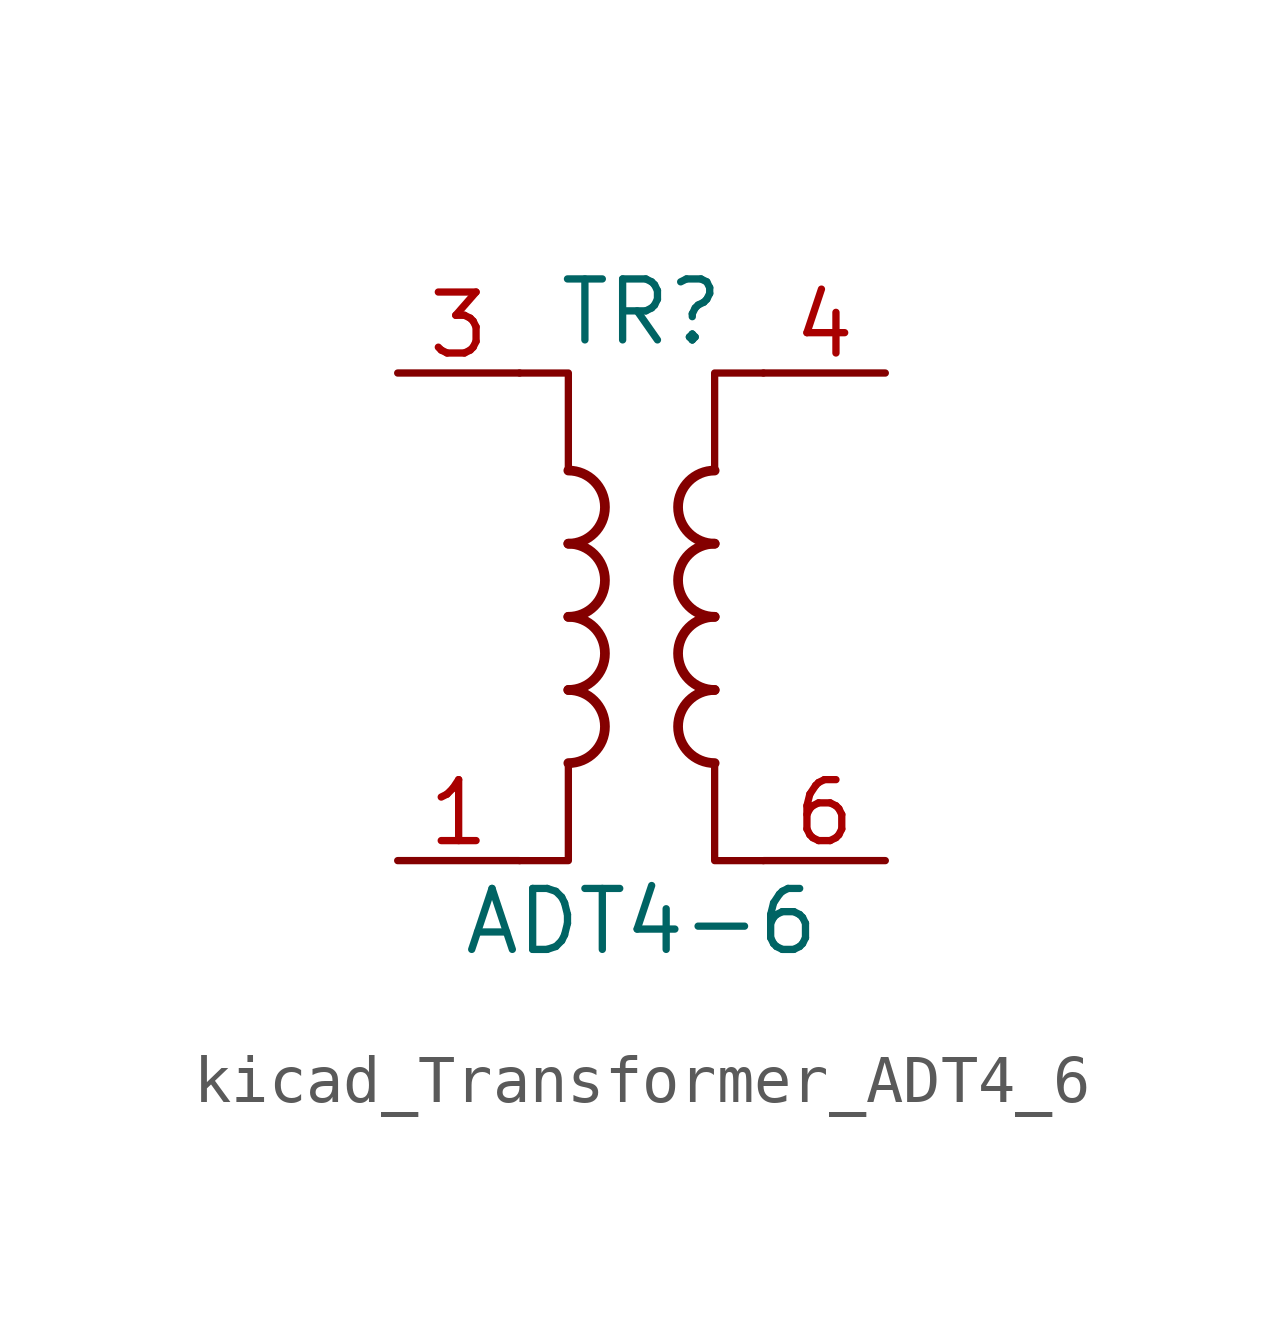
<source format=kicad_sym>
(kicad_symbol_lib
  (version 20220914)
  (generator kicad_symbol_editor)
  (symbol "kicad_Transformer_ADT4_6"
    (pin_names hide)
    (property "Reference" "TR"
      (at 0 6.35 0)
      (effects (font (size 1.27 1.27))))
    (property "Value" "ADT4-6"
      (at 0 -6.35 0)
      (effects (font (size 1.27 1.27))))
    (symbol "kicad_Transformer_ADT4_6_0_1"
      (arc (start -1.524 -3.048) (mid -0.7653 -2.286) (end -1.524 -1.524) (stroke (width 0.2032) (type default)) (fill (type none)))
      (arc (start -1.524 -1.524) (mid -0.7653 -0.762) (end -1.524 0) (stroke (width 0.2032) (type default)) (fill (type none)))
      (arc (start -1.524 0) (mid -0.7653 0.762) (end -1.524 1.524) (stroke (width 0.2032) (type default)) (fill (type none)))
      (arc (start -1.524 1.524) (mid -0.7653 2.286) (end -1.524 3.048) (stroke (width 0.2032) (type default)) (fill (type none)))
      (polyline (pts (xy -2.54 5.08) (xy -1.524 5.08) (xy -1.524 3.048)) (stroke (width 0.152) (type default)) (fill (type none)))
      (polyline (pts (xy -1.524 -3.048) (xy -1.524 -5.08) (xy -2.54 -5.08)) (stroke (width 0.152) (type default)) (fill (type none)))
      (polyline (pts (xy 1.524 3.048) (xy 1.524 5.08) (xy 2.54 5.08)) (stroke (width 0.152) (type default)) (fill (type none)))
      (polyline (pts (xy 2.54 -5.08) (xy 1.524 -5.08) (xy 1.524 -3.048)) (stroke (width 0.152) (type default)) (fill (type none)))
      (arc (start 1.524 -1.524) (mid 0.7653 -2.286) (end 1.524 -3.048) (stroke (width 0.2032) (type default)) (fill (type none)))
      (arc (start 1.524 0) (mid 0.7653 -0.762) (end 1.524 -1.524) (stroke (width 0.2032) (type default)) (fill (type none)))
      (arc (start 1.524 1.524) (mid 0.7653 0.762) (end 1.524 0) (stroke (width 0.2032) (type default)) (fill (type none)))
      (arc (start 1.524 3.048) (mid 0.7653 2.286) (end 1.524 1.524) (stroke (width 0.2032) (type default)) (fill (type none))))
    (symbol "kicad_Transformer_ADT4_6_1_1"
      (pin passive line (at -5.08 -5.08 0) (length 2.54) (name "~" (effects (font (size 1.27 1.27)))) (number "1" (effects (font (size 1.27 1.27)))))
      (pin passive line (at -5.08 5.08 0) (length 2.54) (name "~" (effects (font (size 1.27 1.27)))) (number "3" (effects (font (size 1.27 1.27)))))
      (pin passive line (at 5.08 5.08 180) (length 2.54) (name "~" (effects (font (size 1.27 1.27)))) (number "4" (effects (font (size 1.27 1.27)))))
      (pin passive line (at 5.08 -5.08 180) (length 2.54) (name "~" (effects (font (size 1.27 1.27)))) (number "6" (effects (font (size 1.27 1.27))))))))
</source>
